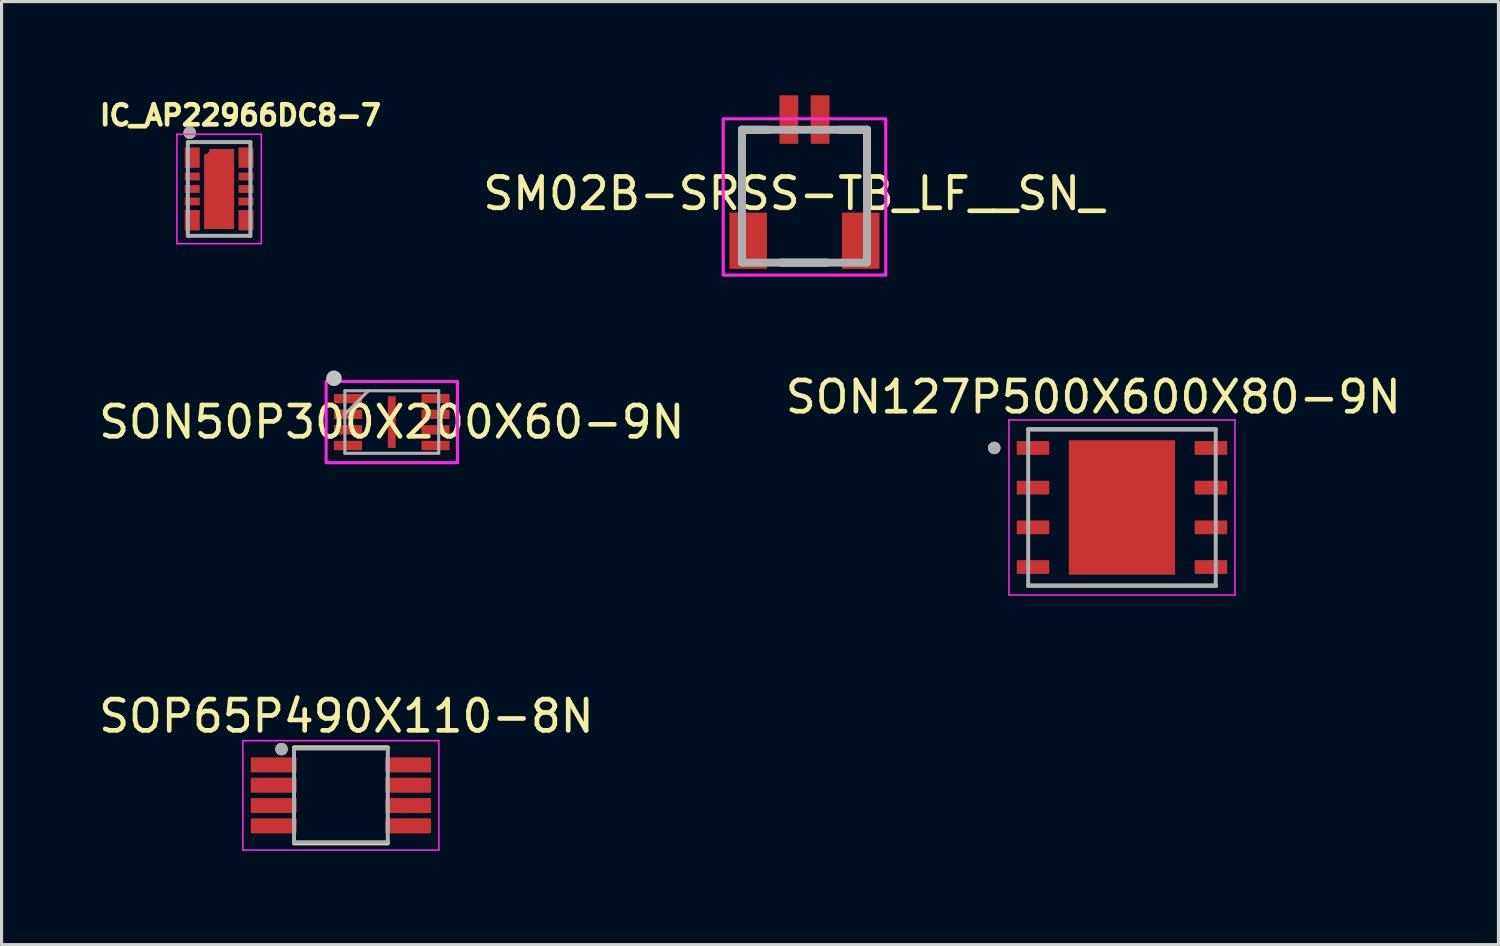
<source format=kicad_pcb>
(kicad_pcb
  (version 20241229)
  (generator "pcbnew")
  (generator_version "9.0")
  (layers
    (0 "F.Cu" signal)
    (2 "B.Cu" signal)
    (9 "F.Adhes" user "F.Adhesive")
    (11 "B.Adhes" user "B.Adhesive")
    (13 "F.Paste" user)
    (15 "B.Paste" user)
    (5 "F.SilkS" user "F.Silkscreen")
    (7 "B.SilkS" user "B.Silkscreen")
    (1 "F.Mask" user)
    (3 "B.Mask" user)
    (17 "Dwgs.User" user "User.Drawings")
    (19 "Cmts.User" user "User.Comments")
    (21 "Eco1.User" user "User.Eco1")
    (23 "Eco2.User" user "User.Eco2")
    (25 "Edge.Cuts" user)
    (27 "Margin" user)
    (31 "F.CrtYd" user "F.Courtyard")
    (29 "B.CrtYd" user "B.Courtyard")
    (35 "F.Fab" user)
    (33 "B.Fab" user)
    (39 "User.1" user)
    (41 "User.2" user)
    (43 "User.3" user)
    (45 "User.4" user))
  (footprint "IC_AP22966DC8-7"
    (layer "F.Cu")
    (at 3.959 2.994)
    (property "Reference" "IC_AP22966DC8-7" (at 0.682 -2.356 0) (layer "F.SilkS") (effects (font (size 0.64 0.64) (thickness 0.15))))
    (attr smd)
    (fp_poly (pts (xy -1.15 -1.375) (xy -0.55 -1.375) (xy -0.55 -0.625) (xy -1.15 -0.625)) (stroke (width 0.01) (type solid)) (fill yes) (layer "F.Mask"))
    (fp_poly (pts (xy -1.15 -0.575) (xy -0.55 -0.575) (xy -0.55 -0.225) (xy -1.15 -0.225)) (stroke (width 0.01) (type solid)) (fill yes) (layer "F.Mask"))
    (fp_poly (pts (xy -1.15 -0.175) (xy -0.55 -0.175) (xy -0.55 0.175) (xy -1.15 0.175)) (stroke (width 0.01) (type solid)) (fill yes) (layer "F.Mask"))
    (fp_poly (pts (xy -1.15 0.225) (xy -0.55 0.225) (xy -0.55 0.575) (xy -1.15 0.575)) (stroke (width 0.01) (type solid)) (fill yes) (layer "F.Mask"))
    (fp_poly (pts (xy -1.15 0.625) (xy -0.55 0.625) (xy -0.55 1.375) (xy -1.15 1.375)) (stroke (width 0.01) (type solid)) (fill yes) (layer "F.Mask"))
    (fp_poly (pts (xy 0.55 -1.375) (xy 1.15 -1.375) (xy 1.15 -0.625) (xy 0.55 -0.625)) (stroke (width 0.01) (type solid)) (fill yes) (layer "F.Mask"))
    (fp_poly (pts (xy 0.55 -0.575) (xy 1.15 -0.575) (xy 1.15 -0.225) (xy 0.55 -0.225)) (stroke (width 0.01) (type solid)) (fill yes) (layer "F.Mask"))
    (fp_poly (pts (xy 0.55 -0.175) (xy 1.15 -0.175) (xy 1.15 0.175) (xy 0.55 0.175)) (stroke (width 0.01) (type solid)) (fill yes) (layer "F.Mask"))
    (fp_poly (pts (xy 0.55 0.225) (xy 1.15 0.225) (xy 1.15 0.575) (xy 0.55 0.575)) (stroke (width 0.01) (type solid)) (fill yes) (layer "F.Mask"))
    (fp_poly (pts (xy 0.55 0.625) (xy 1.15 0.625) (xy 1.15 1.375) (xy 0.55 1.375)) (stroke (width 0.01) (type solid)) (fill yes) (layer "F.Mask"))
    (fp_poly (pts (xy -0.525 -1.15) (xy -0.516 -1.15) (xy -0.507 -1.151) (xy -0.498 -1.152) (xy -0.489 -1.154) (xy -0.48 -1.156) (xy -0.471 -1.159) (xy -0.462 -1.162) (xy -0.454 -1.165) (xy -0.446 -1.169) (xy -0.438 -1.173) (xy -0.43 -1.178) (xy -0.422 -1.183) (xy -0.415 -1.189) (xy -0.408 -1.195) (xy -0.401 -1.201) (xy -0.395 -1.208) (xy -0.389 -1.215) (xy -0.383 -1.222) (xy -0.378 -1.23) (xy -0.373 -1.237) (xy -0.369 -1.246) (xy -0.365 -1.254) (xy -0.362 -1.262) (xy -0.359 -1.271) (xy -0.356 -1.28) (xy -0.354 -1.289) (xy -0.352 -1.298) (xy -0.351 -1.307) (xy -0.35 -1.316) (xy -0.35 -1.325) (xy 0.525 -1.325) (xy 0.525 1.325) (xy -0.525 1.325) (xy -0.525 -1.15)) (stroke (width 0.01) (type solid)) (fill yes) (layer "F.Mask"))
    (fp_circle (center -0.94 -1.8) (end -0.84 -1.8) (stroke (width 0.2) (type solid)) (fill no) (layer "F.SilkS"))
    (fp_poly (pts (xy -0.3 -0.806) (xy 0.3 -0.806) (xy 0.3 0.806) (xy -0.3 0.806)) (stroke (width 0.01) (type solid)) (fill yes) (layer "F.Paste"))
    (fp_line (start -1.35 -1.75) (end -1.35 1.75) (stroke (width 0.05) (type solid)) (layer "F.CrtYd"))
    (fp_line (start -1.35 1.75) (end 1.35 1.75) (stroke (width 0.05) (type solid)) (layer "F.CrtYd"))
    (fp_line (start 1.35 -1.75) (end -1.35 -1.75) (stroke (width 0.05) (type solid)) (layer "F.CrtYd"))
    (fp_line (start 1.35 1.75) (end 1.35 -1.75) (stroke (width 0.05) (type solid)) (layer "F.CrtYd"))
    (fp_line (start -1 -1.5) (end -1 1.5) (stroke (width 0.127) (type solid)) (layer "F.Fab"))
    (fp_line (start -1 1.5) (end 1 1.5) (stroke (width 0.127) (type solid)) (layer "F.Fab"))
    (fp_line (start 1 -1.5) (end -1 -1.5) (stroke (width 0.127) (type solid)) (layer "F.Fab"))
    (fp_line (start 1 1.5) (end 1 -1.5) (stroke (width 0.127) (type solid)) (layer "F.Fab"))
    (fp_circle (center -0.94 -1.8) (end -0.84 -1.8) (stroke (width 0.2) (type solid)) (fill no) (layer "F.Fab"))
    (pad "1_2" smd rect (at -0.86 -1) (size 0.48 0.65) (layers "F.Cu" "F.Paste"))
    (pad "3" smd rect (at -0.86 -0.4) (size 0.48 0.25) (layers "F.Cu" "F.Paste"))
    (pad "4" smd rect (at -0.86 0) (size 0.48 0.25) (layers "F.Cu" "F.Paste"))
    (pad "5" smd rect (at -0.86 0.4) (size 0.48 0.25) (layers "F.Cu" "F.Paste"))
    (pad "6_7" smd rect (at -0.86 1) (size 0.48 0.65) (layers "F.Cu" "F.Paste"))
    (pad "8_9" smd rect (at 0.86 1) (size 0.48 0.65) (layers "F.Cu" "F.Paste"))
    (pad "10" smd rect (at 0.86 0.4) (size 0.48 0.25) (layers "F.Cu" "F.Paste"))
    (pad "11" smd rect (at 0.86 0) (size 0.48 0.25) (layers "F.Cu" "F.Paste"))
    (pad "12" smd rect (at 0.86 -0.4) (size 0.48 0.25) (layers "F.Cu" "F.Paste"))
    (pad "13_14" smd rect (at 0.86 -1) (size 0.48 0.65) (layers "F.Cu" "F.Paste"))
    (pad "15" smd custom (at 0 0) (size 0.1 0.1) (layers "F.Cu") (options (anchor rect)) (primitives (gr_poly (pts (xy -0.475 -1.1) (xy -0.466 -1.1) (xy -0.457 -1.101) (xy -0.448 -1.102) (xy -0.439 -1.104) (xy -0.43 -1.106) (xy -0.421 -1.109) (xy -0.412 -1.112) (xy -0.404 -1.115) (xy -0.396 -1.119) (xy -0.387 -1.123) (xy -0.38 -1.128) (xy -0.372 -1.133) (xy -0.365 -1.139) (xy -0.358 -1.145) (xy -0.351 -1.151) (xy -0.345 -1.158) (xy -0.339 -1.165) (xy -0.333 -1.172) (xy -0.328 -1.18) (xy -0.323 -1.188) (xy -0.319 -1.196) (xy -0.315 -1.204) (xy -0.312 -1.212) (xy -0.309 -1.221) (xy -0.306 -1.23) (xy -0.304 -1.239) (xy -0.302 -1.248) (xy -0.301 -1.257) (xy -0.3 -1.266) (xy -0.3 -1.275) (xy 0.475 -1.275) (xy 0.475 1.275) (xy -0.475 1.275) (xy -0.475 -1.1)) (width 0.01) (fill yes)))))
  (footprint "SOP65P490X110-8N"
    (layer "F.Cu")
    (at 7.855 22.392)
    (property "Reference" "SOP65P490X110-8N" (at 0.175 -2.535 0) (layer "F.SilkS") (effects (font (size 1 1) (thickness 0.15))))
    (attr smd)
    (fp_line (start -1.5 -1.535) (end 1.5 -1.535) (stroke (width 0.127) (type solid)) (layer "F.SilkS"))
    (fp_line (start -1.5 1.535) (end 1.5 1.535) (stroke (width 0.127) (type solid)) (layer "F.SilkS"))
    (fp_circle (center -1.9 -1.48) (end -1.8 -1.48) (stroke (width 0.2) (type solid)) (fill no) (layer "F.SilkS"))
    (fp_line (start -3.135 -1.75) (end -3.135 1.75) (stroke (width 0.05) (type solid)) (layer "F.CrtYd"))
    (fp_line (start -3.135 -1.75) (end 3.135 -1.75) (stroke (width 0.05) (type solid)) (layer "F.CrtYd"))
    (fp_line (start -3.135 1.75) (end 3.135 1.75) (stroke (width 0.05) (type solid)) (layer "F.CrtYd"))
    (fp_line (start 3.135 -1.75) (end 3.135 1.75) (stroke (width 0.05) (type solid)) (layer "F.CrtYd"))
    (fp_line (start -1.5 -1.5) (end -1.5 1.5) (stroke (width 0.127) (type solid)) (layer "F.Fab"))
    (fp_line (start -1.5 -1.5) (end 1.5 -1.5) (stroke (width 0.127) (type solid)) (layer "F.Fab"))
    (fp_line (start -1.5 1.5) (end 1.5 1.5) (stroke (width 0.127) (type solid)) (layer "F.Fab"))
    (fp_line (start 1.5 -1.5) (end 1.5 1.5) (stroke (width 0.127) (type solid)) (layer "F.Fab"))
    (fp_circle (center -1.9 -1.48) (end -1.8 -1.48) (stroke (width 0.2) (type solid)) (fill no) (layer "F.Fab"))
    (pad "1" smd roundrect (at -2.15 -0.975) (size 1.47 0.48) (layers "F.Cu" "F.Mask" "F.Paste") (roundrect_rratio 0.06))
    (pad "2" smd roundrect (at -2.15 -0.325) (size 1.47 0.48) (layers "F.Cu" "F.Mask" "F.Paste") (roundrect_rratio 0.06))
    (pad "3" smd roundrect (at -2.15 0.325) (size 1.47 0.48) (layers "F.Cu" "F.Mask" "F.Paste") (roundrect_rratio 0.06))
    (pad "4" smd roundrect (at -2.15 0.975) (size 1.47 0.48) (layers "F.Cu" "F.Mask" "F.Paste") (roundrect_rratio 0.06))
    (pad "5" smd roundrect (at 2.15 0.975) (size 1.47 0.48) (layers "F.Cu" "F.Mask" "F.Paste") (roundrect_rratio 0.06))
    (pad "6" smd roundrect (at 2.15 0.325) (size 1.47 0.48) (layers "F.Cu" "F.Mask" "F.Paste") (roundrect_rratio 0.06))
    (pad "7" smd roundrect (at 2.15 -0.325) (size 1.47 0.48) (layers "F.Cu" "F.Mask" "F.Paste") (roundrect_rratio 0.06))
    (pad "8" smd roundrect (at 2.15 -0.975) (size 1.47 0.48) (layers "F.Cu" "F.Mask" "F.Paste") (roundrect_rratio 0.06)))
  (footprint "SON50P300X200X60-9N"
    (layer "F.Cu")
    (at 9.482 10.45)
    (property "Reference" "SON50P300X200X60-9N" (at 0 0 0) (layer "F.SilkS") (effects (font (size 1 1) (thickness 0.15))))
    (attr smd)
    (fp_circle (center -1.85 -1.4) (end -1.725 -1.4) (stroke (width 0.25) (type solid)) (fill no) (layer "Dwgs.User"))
    (fp_rect (start -2.1 -1.3) (end 2.1 1.3) (stroke (width 0.1) (type default)) (fill no) (layer "F.CrtYd"))
    (fp_line (start -2.1 -1.3) (end 2.1 -1.3) (stroke (width 0.05) (type solid)) (layer "F.Fab"))
    (fp_line (start -2.1 1.3) (end -2.1 -1.3) (stroke (width 0.05) (type solid)) (layer "F.Fab"))
    (fp_line (start -1.5 -1) (end -0.75 -1) (stroke (width 0.1) (type solid)) (layer "F.Fab"))
    (fp_line (start -1.5 -0.25) (end -1.5 -1) (stroke (width 0.1) (type solid)) (layer "F.Fab"))
    (fp_line (start -1.5 -0.25) (end -0.75 -1) (stroke (width 0.1) (type solid)) (layer "F.Fab"))
    (fp_line (start -1.5 1) (end -1.5 -0.25) (stroke (width 0.1) (type solid)) (layer "F.Fab"))
    (fp_line (start -0.75 -1) (end 1.5 -1) (stroke (width 0.1) (type solid)) (layer "F.Fab"))
    (fp_line (start 1.5 -1) (end 1.5 1) (stroke (width 0.1) (type solid)) (layer "F.Fab"))
    (fp_line (start 1.5 1) (end -1.5 1) (stroke (width 0.1) (type solid)) (layer "F.Fab"))
    (fp_line (start 2.1 -1.3) (end 2.1 1.3) (stroke (width 0.05) (type solid)) (layer "F.Fab"))
    (fp_line (start 2.1 1.3) (end -2.1 1.3) (stroke (width 0.05) (type solid)) (layer "F.Fab"))
    (pad "1" smd rect (at -1.4 -0.75) (size 0.9 0.3) (layers "F.Cu" "F.Mask" "F.Paste"))
    (pad "2" smd rect (at -1.4 -0.25) (size 0.9 0.3) (layers "F.Cu" "F.Mask" "F.Paste"))
    (pad "3" smd rect (at -1.4 0.25) (size 0.9 0.3) (layers "F.Cu" "F.Mask" "F.Paste"))
    (pad "4" smd rect (at -1.4 0.75) (size 0.9 0.3) (layers "F.Cu" "F.Mask" "F.Paste"))
    (pad "5" smd rect (at 1.4 0.75) (size 0.9 0.3) (layers "F.Cu" "F.Mask" "F.Paste"))
    (pad "6" smd rect (at 1.4 0.25) (size 0.9 0.3) (layers "F.Cu" "F.Mask" "F.Paste"))
    (pad "7" smd rect (at 1.4 -0.25) (size 0.9 0.3) (layers "F.Cu" "F.Mask" "F.Paste"))
    (pad "8" smd rect (at 1.4 -0.75) (size 0.9 0.3) (layers "F.Cu" "F.Mask" "F.Paste"))
    (pad "9" smd rect (at 0 0 90) (size 1.65 0.25) (layers "F.Cu" "F.Mask" "F.Paste")))
  (footprint "SON127P500X600X80-9N"
    (layer "F.Cu")
    (at 32.838 13.183)
    (property "Reference" "SON127P500X600X80-9N" (at -0.915 -3.535 0) (layer "F.SilkS") (effects (font (size 1 1) (thickness 0.15))))
    (attr smd)
    (fp_line (start -3 -2.5) (end 3 -2.5) (stroke (width 0.127) (type solid)) (layer "F.SilkS"))
    (fp_line (start -3 2.5) (end 3 2.5) (stroke (width 0.127) (type solid)) (layer "F.SilkS"))
    (fp_circle (center -4.085 -1.905) (end -3.985 -1.905) (stroke (width 0.2) (type solid)) (fill no) (layer "F.SilkS"))
    (fp_poly (pts (xy -1.08 -1.36) (xy 1.08 -1.36) (xy 1.08 1.36) (xy -1.08 1.36)) (stroke (width 0.01) (type solid)) (fill yes) (layer "F.Paste"))
    (fp_line (start -3.615 -2.8) (end -3.615 2.8) (stroke (width 0.05) (type solid)) (layer "F.CrtYd"))
    (fp_line (start -3.615 -2.8) (end 3.615 -2.8) (stroke (width 0.05) (type solid)) (layer "F.CrtYd"))
    (fp_line (start -3.615 2.8) (end 3.615 2.8) (stroke (width 0.05) (type solid)) (layer "F.CrtYd"))
    (fp_line (start 3.615 -2.8) (end 3.615 2.8) (stroke (width 0.05) (type solid)) (layer "F.CrtYd"))
    (fp_line (start -3 -2.5) (end -3 2.5) (stroke (width 0.127) (type solid)) (layer "F.Fab"))
    (fp_line (start -3 -2.5) (end 3 -2.5) (stroke (width 0.127) (type solid)) (layer "F.Fab"))
    (fp_line (start -3 2.5) (end 3 2.5) (stroke (width 0.127) (type solid)) (layer "F.Fab"))
    (fp_line (start 3 -2.5) (end 3 2.5) (stroke (width 0.127) (type solid)) (layer "F.Fab"))
    (fp_circle (center -4.085 -1.905) (end -3.985 -1.905) (stroke (width 0.2) (type solid)) (fill no) (layer "F.Fab"))
    (pad "1" smd roundrect (at -2.845 -1.905) (size 1.04 0.44) (layers "F.Cu" "F.Mask" "F.Paste") (roundrect_rratio 0.06))
    (pad "2" smd roundrect (at -2.845 -0.635) (size 1.04 0.44) (layers "F.Cu" "F.Mask" "F.Paste") (roundrect_rratio 0.06))
    (pad "3" smd roundrect (at -2.845 0.635) (size 1.04 0.44) (layers "F.Cu" "F.Mask" "F.Paste") (roundrect_rratio 0.06))
    (pad "4" smd roundrect (at -2.845 1.905) (size 1.04 0.44) (layers "F.Cu" "F.Mask" "F.Paste") (roundrect_rratio 0.06))
    (pad "5" smd roundrect (at 2.845 1.905) (size 1.04 0.44) (layers "F.Cu" "F.Mask" "F.Paste") (roundrect_rratio 0.06))
    (pad "6" smd roundrect (at 2.845 0.635) (size 1.04 0.44) (layers "F.Cu" "F.Mask" "F.Paste") (roundrect_rratio 0.06))
    (pad "7" smd roundrect (at 2.845 -0.635) (size 1.04 0.44) (layers "F.Cu" "F.Mask" "F.Paste") (roundrect_rratio 0.06))
    (pad "8" smd roundrect (at 2.845 -1.905) (size 1.04 0.44) (layers "F.Cu" "F.Mask" "F.Paste") (roundrect_rratio 0.06))
    (pad "9" smd rect (at 0 0) (size 3.4 4.3) (layers "F.Cu" "F.Mask")))
  (footprint "SM02B-SRSS-TB_LF__SN_"
    (layer "F.Cu")
    (at 22.683 2.75)
    (property "Reference" "SM02B-SRSS-TB_LF__SN_" (at -0.347 0.391 0) (layer "F.SilkS") (effects (font (size 1.002 1.002) (thickness 0.15))))
    (attr smd)
    (fp_line (start -2 -1.65) (end -2 0.563) (stroke (width 0.254) (type solid)) (layer "F.SilkS"))
    (fp_line (start -2 -1.65) (end -1.145 -1.65) (stroke (width 0.254) (type solid)) (layer "F.SilkS"))
    (fp_line (start -0.767 2.6) (end 0.722 2.6) (stroke (width 0.254) (type solid)) (layer "F.SilkS"))
    (fp_line (start 2 -1.65) (end 1.1 -1.65) (stroke (width 0.254) (type solid)) (layer "F.SilkS"))
    (fp_line (start 2 -1.65) (end 2 0.697) (stroke (width 0.254) (type solid)) (layer "F.SilkS"))
    (fp_rect (start -2.6 -2) (end 2.6 3) (stroke (width 0.1) (type default)) (fill no) (layer "F.CrtYd"))
    (fp_line (start -2 -1.65) (end 2 -1.65) (stroke (width 0.254) (type solid)) (layer "F.Fab"))
    (fp_line (start -2 2.6) (end -2 -1.65) (stroke (width 0.254) (type solid)) (layer "F.Fab"))
    (fp_line (start 2 -1.65) (end 2 2.6) (stroke (width 0.254) (type solid)) (layer "F.Fab"))
    (fp_line (start 2 2.6) (end -2 2.6) (stroke (width 0.254) (type solid)) (layer "F.Fab"))
    (pad "1" smd rect (at -0.5 -1.975 90) (size 1.55 0.6) (layers "F.Cu" "F.Mask" "F.Paste"))
    (pad "2" smd rect (at 0.5 -1.975 90) (size 1.55 0.6) (layers "F.Cu" "F.Mask" "F.Paste"))
    (pad "3" smd rect (at -1.8 1.9 90) (size 1.8 1.2) (layers "F.Cu" "F.Mask" "F.Paste"))
    (pad "4" smd rect (at 1.8 1.9 90) (size 1.8 1.2) (layers "F.Cu" "F.Mask" "F.Paste")))
  (gr_rect
    (start -3 -3)
    (end 44.881 27.166)
    (stroke (width 0.1) (type default))
    (fill no)
    (layer "Edge.Cuts")))
</source>
